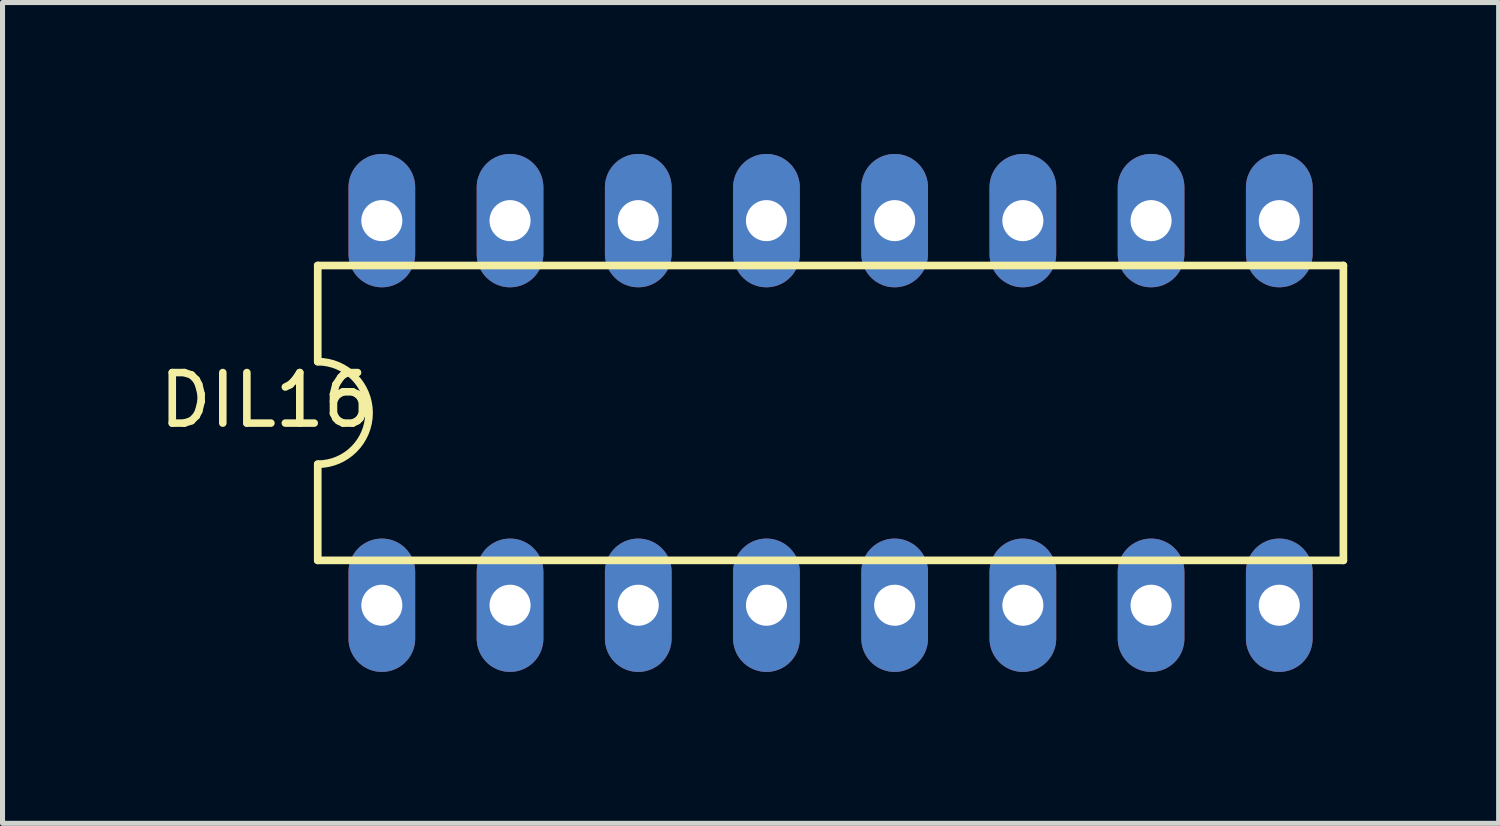
<source format=kicad_pcb>
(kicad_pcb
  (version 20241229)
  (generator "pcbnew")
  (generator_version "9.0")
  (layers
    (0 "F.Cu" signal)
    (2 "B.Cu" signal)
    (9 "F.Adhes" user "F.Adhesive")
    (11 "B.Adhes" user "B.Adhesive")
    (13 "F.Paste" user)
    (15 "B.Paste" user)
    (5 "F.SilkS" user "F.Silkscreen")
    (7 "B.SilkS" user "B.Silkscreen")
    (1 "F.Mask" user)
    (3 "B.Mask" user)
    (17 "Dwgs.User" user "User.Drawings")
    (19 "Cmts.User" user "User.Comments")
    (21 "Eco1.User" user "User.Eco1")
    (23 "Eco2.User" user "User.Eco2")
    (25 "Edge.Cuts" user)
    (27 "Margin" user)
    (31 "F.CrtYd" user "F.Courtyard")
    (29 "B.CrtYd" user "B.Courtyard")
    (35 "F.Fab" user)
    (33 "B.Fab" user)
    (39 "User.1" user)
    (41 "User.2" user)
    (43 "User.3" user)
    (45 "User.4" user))
  (footprint "DIL16"
    (layer "F.Cu")
    (at 13.405 5.131)
    (property "Reference" "DIL16" (at -11.183 -0.254 180) (layer "F.SilkS") (effects (font (size 1.001 1.001) (thickness 0.15))))
    (attr through_hole)
    (fp_line (start -10.16 -2.921) (end -10.16 -1.016) (stroke (width 0.152) (type solid)) (layer "F.SilkS"))
    (fp_line (start -10.16 2.921) (end -10.16 1.016) (stroke (width 0.152) (type solid)) (layer "F.SilkS"))
    (fp_line (start -10.16 2.921) (end 10.16 2.921) (stroke (width 0.152) (type solid)) (layer "F.SilkS"))
    (fp_line (start 10.16 -2.921) (end -10.16 -2.921) (stroke (width 0.152) (type solid)) (layer "F.SilkS"))
    (fp_line (start 10.16 -2.921) (end 10.16 2.921) (stroke (width 0.152) (type solid)) (layer "F.SilkS"))
    (fp_arc (start -10.16 -1.016) (mid -9.144 0) (end -10.16 1.016) (stroke (width 0.1524) (type solid)) (layer "F.SilkS"))
    (pad "1" thru_hole oval (at -8.89 3.81) (size 1.321 2.642) (drill 0.813) (layers "*.Cu" "*.Mask"))
    (pad "2" thru_hole oval (at -6.35 3.81) (size 1.321 2.642) (drill 0.813) (layers "*.Cu" "*.Mask"))
    (pad "3" thru_hole oval (at -3.81 3.81) (size 1.321 2.642) (drill 0.813) (layers "*.Cu" "*.Mask"))
    (pad "4" thru_hole oval (at -1.27 3.81) (size 1.321 2.642) (drill 0.813) (layers "*.Cu" "*.Mask"))
    (pad "5" thru_hole oval (at 1.27 3.81) (size 1.321 2.642) (drill 0.813) (layers "*.Cu" "*.Mask"))
    (pad "6" thru_hole oval (at 3.81 3.81) (size 1.321 2.642) (drill 0.813) (layers "*.Cu" "*.Mask"))
    (pad "7" thru_hole oval (at 6.35 3.81) (size 1.321 2.642) (drill 0.813) (layers "*.Cu" "*.Mask"))
    (pad "8" thru_hole oval (at 8.89 3.81) (size 1.321 2.642) (drill 0.813) (layers "*.Cu" "*.Mask"))
    (pad "9" thru_hole oval (at 8.89 -3.81) (size 1.321 2.642) (drill 0.813) (layers "*.Cu" "*.Mask"))
    (pad "10" thru_hole oval (at 6.35 -3.81) (size 1.321 2.642) (drill 0.813) (layers "*.Cu" "*.Mask"))
    (pad "11" thru_hole oval (at 3.81 -3.81) (size 1.321 2.642) (drill 0.813) (layers "*.Cu" "*.Mask"))
    (pad "12" thru_hole oval (at 1.27 -3.81) (size 1.321 2.642) (drill 0.813) (layers "*.Cu" "*.Mask"))
    (pad "13" thru_hole oval (at -1.27 -3.81) (size 1.321 2.642) (drill 0.813) (layers "*.Cu" "*.Mask"))
    (pad "14" thru_hole oval (at -3.81 -3.81) (size 1.321 2.642) (drill 0.813) (layers "*.Cu" "*.Mask"))
    (pad "15" thru_hole oval (at -6.35 -3.81) (size 1.321 2.642) (drill 0.813) (layers "*.Cu" "*.Mask"))
    (pad "16" thru_hole oval (at -8.89 -3.81) (size 1.321 2.642) (drill 0.813) (layers "*.Cu" "*.Mask")))
  (gr_rect
    (start -3 -3)
    (end 26.641 13.262)
    (stroke (width 0.1) (type default))
    (fill no)
    (layer "Edge.Cuts")))
</source>
